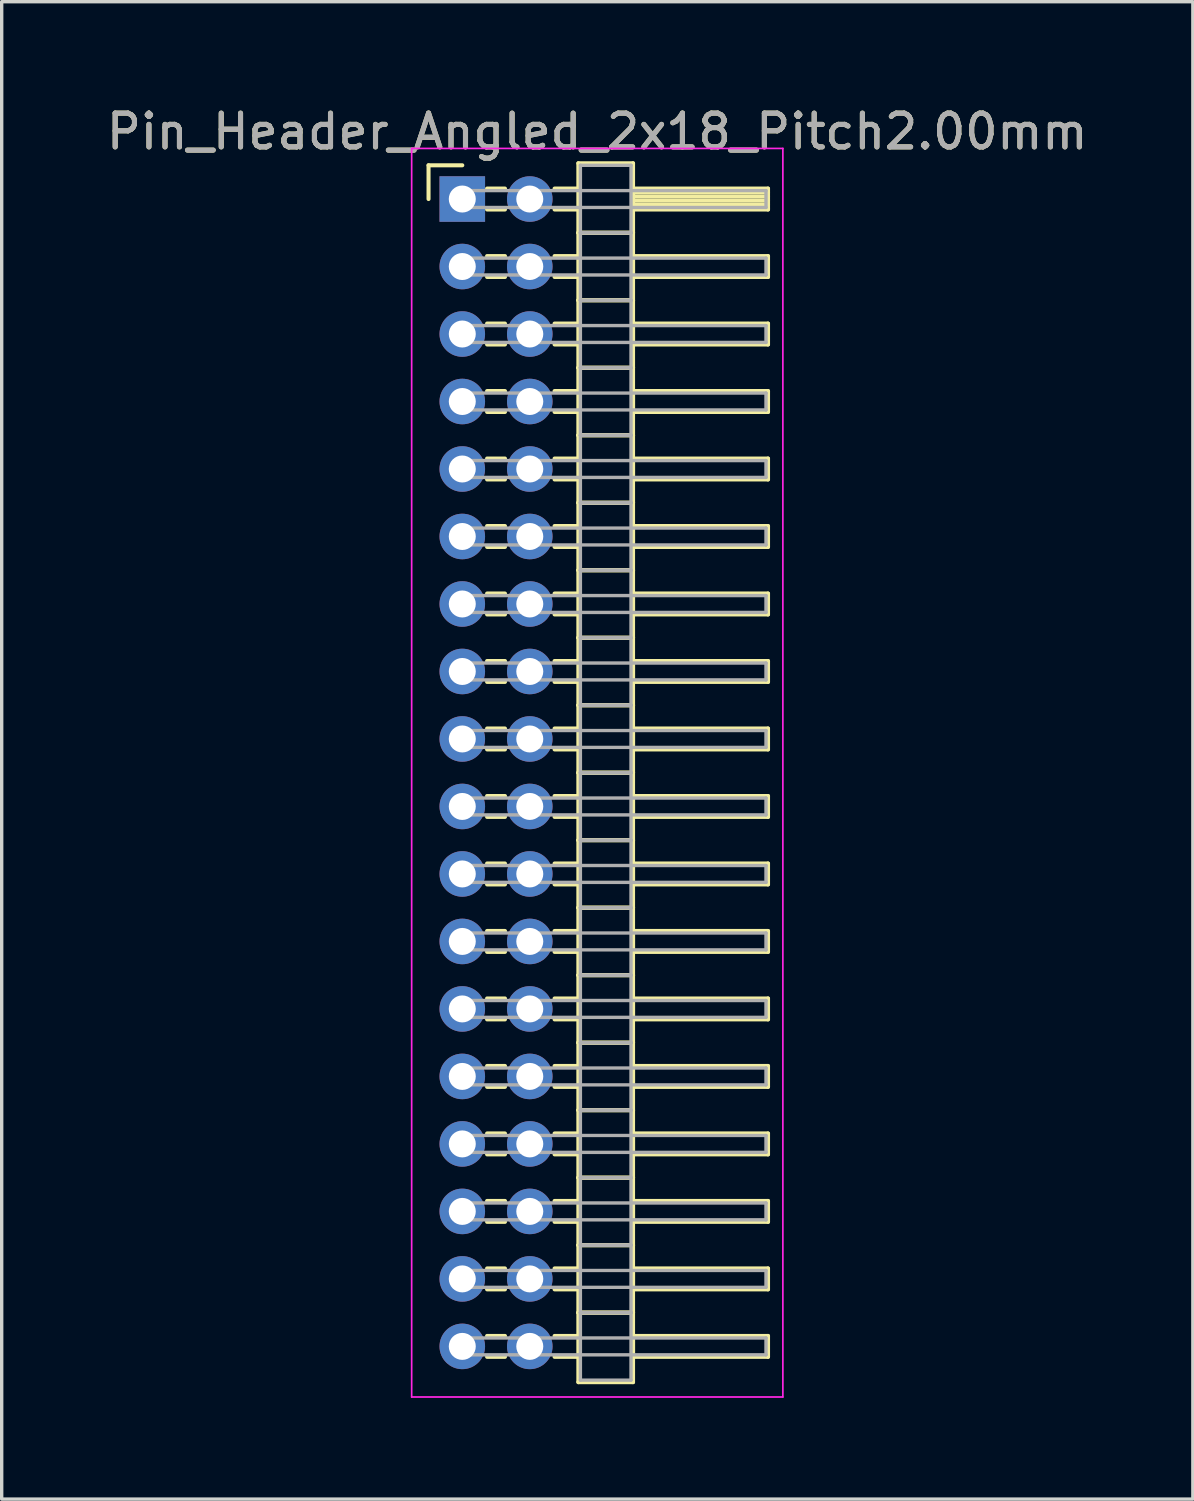
<source format=kicad_pcb>
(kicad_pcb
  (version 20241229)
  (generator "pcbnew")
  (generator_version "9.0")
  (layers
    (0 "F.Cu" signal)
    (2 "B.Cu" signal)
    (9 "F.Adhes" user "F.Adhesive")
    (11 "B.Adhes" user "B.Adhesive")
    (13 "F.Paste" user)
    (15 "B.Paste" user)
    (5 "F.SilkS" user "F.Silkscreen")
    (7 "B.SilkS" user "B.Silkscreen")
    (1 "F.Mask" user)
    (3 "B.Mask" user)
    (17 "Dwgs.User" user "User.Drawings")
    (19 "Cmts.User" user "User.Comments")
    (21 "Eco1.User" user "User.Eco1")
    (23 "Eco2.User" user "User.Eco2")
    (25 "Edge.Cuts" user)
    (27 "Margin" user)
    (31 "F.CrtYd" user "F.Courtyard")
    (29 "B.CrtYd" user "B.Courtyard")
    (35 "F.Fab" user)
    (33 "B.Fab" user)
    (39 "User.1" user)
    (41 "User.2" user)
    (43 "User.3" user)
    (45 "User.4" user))
  (footprint "Pin_Header_Angled_2x18_Pitch2.00mm"
    (layer "F.Cu")
    (at 10.649 2.848)
    (property "Reference" "Pin_Header_Angled_2x18_Pitch2.00mm" (at 4 -2 0) (layer "F.SilkS") (effects (font (size 1 1) (thickness 0.15))))
    (attr through_hole)
    (fp_line (start -1 -1) (end 0 -1) (stroke (width 0.12) (type solid)) (layer "F.SilkS"))
    (fp_line (start -1 0) (end -1 -1) (stroke (width 0.12) (type solid)) (layer "F.SilkS"))
    (fp_line (start 0.735 -0.31) (end 1.265 -0.31) (stroke (width 0.12) (type solid)) (layer "F.SilkS"))
    (fp_line (start 0.735 0.31) (end 1.265 0.31) (stroke (width 0.12) (type solid)) (layer "F.SilkS"))
    (fp_line (start 0.735 1.69) (end 1.265 1.69) (stroke (width 0.12) (type solid)) (layer "F.SilkS"))
    (fp_line (start 0.735 2.31) (end 1.265 2.31) (stroke (width 0.12) (type solid)) (layer "F.SilkS"))
    (fp_line (start 0.735 3.69) (end 1.265 3.69) (stroke (width 0.12) (type solid)) (layer "F.SilkS"))
    (fp_line (start 0.735 4.31) (end 1.265 4.31) (stroke (width 0.12) (type solid)) (layer "F.SilkS"))
    (fp_line (start 0.735 5.69) (end 1.265 5.69) (stroke (width 0.12) (type solid)) (layer "F.SilkS"))
    (fp_line (start 0.735 6.31) (end 1.265 6.31) (stroke (width 0.12) (type solid)) (layer "F.SilkS"))
    (fp_line (start 0.735 7.69) (end 1.265 7.69) (stroke (width 0.12) (type solid)) (layer "F.SilkS"))
    (fp_line (start 0.735 8.31) (end 1.265 8.31) (stroke (width 0.12) (type solid)) (layer "F.SilkS"))
    (fp_line (start 0.735 9.69) (end 1.265 9.69) (stroke (width 0.12) (type solid)) (layer "F.SilkS"))
    (fp_line (start 0.735 10.31) (end 1.265 10.31) (stroke (width 0.12) (type solid)) (layer "F.SilkS"))
    (fp_line (start 0.735 11.69) (end 1.265 11.69) (stroke (width 0.12) (type solid)) (layer "F.SilkS"))
    (fp_line (start 0.735 12.31) (end 1.265 12.31) (stroke (width 0.12) (type solid)) (layer "F.SilkS"))
    (fp_line (start 0.735 13.69) (end 1.265 13.69) (stroke (width 0.12) (type solid)) (layer "F.SilkS"))
    (fp_line (start 0.735 14.31) (end 1.265 14.31) (stroke (width 0.12) (type solid)) (layer "F.SilkS"))
    (fp_line (start 0.735 15.69) (end 1.265 15.69) (stroke (width 0.12) (type solid)) (layer "F.SilkS"))
    (fp_line (start 0.735 16.31) (end 1.265 16.31) (stroke (width 0.12) (type solid)) (layer "F.SilkS"))
    (fp_line (start 0.735 17.69) (end 1.265 17.69) (stroke (width 0.12) (type solid)) (layer "F.SilkS"))
    (fp_line (start 0.735 18.31) (end 1.265 18.31) (stroke (width 0.12) (type solid)) (layer "F.SilkS"))
    (fp_line (start 0.735 19.69) (end 1.265 19.69) (stroke (width 0.12) (type solid)) (layer "F.SilkS"))
    (fp_line (start 0.735 20.31) (end 1.265 20.31) (stroke (width 0.12) (type solid)) (layer "F.SilkS"))
    (fp_line (start 0.735 21.69) (end 1.265 21.69) (stroke (width 0.12) (type solid)) (layer "F.SilkS"))
    (fp_line (start 0.735 22.31) (end 1.265 22.31) (stroke (width 0.12) (type solid)) (layer "F.SilkS"))
    (fp_line (start 0.735 23.69) (end 1.265 23.69) (stroke (width 0.12) (type solid)) (layer "F.SilkS"))
    (fp_line (start 0.735 24.31) (end 1.265 24.31) (stroke (width 0.12) (type solid)) (layer "F.SilkS"))
    (fp_line (start 0.735 25.69) (end 1.265 25.69) (stroke (width 0.12) (type solid)) (layer "F.SilkS"))
    (fp_line (start 0.735 26.31) (end 1.265 26.31) (stroke (width 0.12) (type solid)) (layer "F.SilkS"))
    (fp_line (start 0.735 27.69) (end 1.265 27.69) (stroke (width 0.12) (type solid)) (layer "F.SilkS"))
    (fp_line (start 0.735 28.31) (end 1.265 28.31) (stroke (width 0.12) (type solid)) (layer "F.SilkS"))
    (fp_line (start 0.735 29.69) (end 1.265 29.69) (stroke (width 0.12) (type solid)) (layer "F.SilkS"))
    (fp_line (start 0.735 30.31) (end 1.265 30.31) (stroke (width 0.12) (type solid)) (layer "F.SilkS"))
    (fp_line (start 0.735 31.69) (end 1.265 31.69) (stroke (width 0.12) (type solid)) (layer "F.SilkS"))
    (fp_line (start 0.735 32.31) (end 1.265 32.31) (stroke (width 0.12) (type solid)) (layer "F.SilkS"))
    (fp_line (start 0.735 33.69) (end 1.265 33.69) (stroke (width 0.12) (type solid)) (layer "F.SilkS"))
    (fp_line (start 0.735 34.31) (end 1.265 34.31) (stroke (width 0.12) (type solid)) (layer "F.SilkS"))
    (fp_line (start 2.735 -0.31) (end 3.44 -0.31) (stroke (width 0.12) (type solid)) (layer "F.SilkS"))
    (fp_line (start 2.735 0.31) (end 3.44 0.31) (stroke (width 0.12) (type solid)) (layer "F.SilkS"))
    (fp_line (start 2.735 1.69) (end 3.44 1.69) (stroke (width 0.12) (type solid)) (layer "F.SilkS"))
    (fp_line (start 2.735 2.31) (end 3.44 2.31) (stroke (width 0.12) (type solid)) (layer "F.SilkS"))
    (fp_line (start 2.735 3.69) (end 3.44 3.69) (stroke (width 0.12) (type solid)) (layer "F.SilkS"))
    (fp_line (start 2.735 4.31) (end 3.44 4.31) (stroke (width 0.12) (type solid)) (layer "F.SilkS"))
    (fp_line (start 2.735 5.69) (end 3.44 5.69) (stroke (width 0.12) (type solid)) (layer "F.SilkS"))
    (fp_line (start 2.735 6.31) (end 3.44 6.31) (stroke (width 0.12) (type solid)) (layer "F.SilkS"))
    (fp_line (start 2.735 7.69) (end 3.44 7.69) (stroke (width 0.12) (type solid)) (layer "F.SilkS"))
    (fp_line (start 2.735 8.31) (end 3.44 8.31) (stroke (width 0.12) (type solid)) (layer "F.SilkS"))
    (fp_line (start 2.735 9.69) (end 3.44 9.69) (stroke (width 0.12) (type solid)) (layer "F.SilkS"))
    (fp_line (start 2.735 10.31) (end 3.44 10.31) (stroke (width 0.12) (type solid)) (layer "F.SilkS"))
    (fp_line (start 2.735 11.69) (end 3.44 11.69) (stroke (width 0.12) (type solid)) (layer "F.SilkS"))
    (fp_line (start 2.735 12.31) (end 3.44 12.31) (stroke (width 0.12) (type solid)) (layer "F.SilkS"))
    (fp_line (start 2.735 13.69) (end 3.44 13.69) (stroke (width 0.12) (type solid)) (layer "F.SilkS"))
    (fp_line (start 2.735 14.31) (end 3.44 14.31) (stroke (width 0.12) (type solid)) (layer "F.SilkS"))
    (fp_line (start 2.735 15.69) (end 3.44 15.69) (stroke (width 0.12) (type solid)) (layer "F.SilkS"))
    (fp_line (start 2.735 16.31) (end 3.44 16.31) (stroke (width 0.12) (type solid)) (layer "F.SilkS"))
    (fp_line (start 2.735 17.69) (end 3.44 17.69) (stroke (width 0.12) (type solid)) (layer "F.SilkS"))
    (fp_line (start 2.735 18.31) (end 3.44 18.31) (stroke (width 0.12) (type solid)) (layer "F.SilkS"))
    (fp_line (start 2.735 19.69) (end 3.44 19.69) (stroke (width 0.12) (type solid)) (layer "F.SilkS"))
    (fp_line (start 2.735 20.31) (end 3.44 20.31) (stroke (width 0.12) (type solid)) (layer "F.SilkS"))
    (fp_line (start 2.735 21.69) (end 3.44 21.69) (stroke (width 0.12) (type solid)) (layer "F.SilkS"))
    (fp_line (start 2.735 22.31) (end 3.44 22.31) (stroke (width 0.12) (type solid)) (layer "F.SilkS"))
    (fp_line (start 2.735 23.69) (end 3.44 23.69) (stroke (width 0.12) (type solid)) (layer "F.SilkS"))
    (fp_line (start 2.735 24.31) (end 3.44 24.31) (stroke (width 0.12) (type solid)) (layer "F.SilkS"))
    (fp_line (start 2.735 25.69) (end 3.44 25.69) (stroke (width 0.12) (type solid)) (layer "F.SilkS"))
    (fp_line (start 2.735 26.31) (end 3.44 26.31) (stroke (width 0.12) (type solid)) (layer "F.SilkS"))
    (fp_line (start 2.735 27.69) (end 3.44 27.69) (stroke (width 0.12) (type solid)) (layer "F.SilkS"))
    (fp_line (start 2.735 28.31) (end 3.44 28.31) (stroke (width 0.12) (type solid)) (layer "F.SilkS"))
    (fp_line (start 2.735 29.69) (end 3.44 29.69) (stroke (width 0.12) (type solid)) (layer "F.SilkS"))
    (fp_line (start 2.735 30.31) (end 3.44 30.31) (stroke (width 0.12) (type solid)) (layer "F.SilkS"))
    (fp_line (start 2.735 31.69) (end 3.44 31.69) (stroke (width 0.12) (type solid)) (layer "F.SilkS"))
    (fp_line (start 2.735 32.31) (end 3.44 32.31) (stroke (width 0.12) (type solid)) (layer "F.SilkS"))
    (fp_line (start 2.735 33.69) (end 3.44 33.69) (stroke (width 0.12) (type solid)) (layer "F.SilkS"))
    (fp_line (start 2.735 34.31) (end 3.44 34.31) (stroke (width 0.12) (type solid)) (layer "F.SilkS"))
    (fp_line (start 3.44 -1.06) (end 3.44 1) (stroke (width 0.12) (type solid)) (layer "F.SilkS"))
    (fp_line (start 3.44 1) (end 3.44 3) (stroke (width 0.12) (type solid)) (layer "F.SilkS"))
    (fp_line (start 3.44 1) (end 5.06 1) (stroke (width 0.12) (type solid)) (layer "F.SilkS"))
    (fp_line (start 3.44 3) (end 3.44 5) (stroke (width 0.12) (type solid)) (layer "F.SilkS"))
    (fp_line (start 3.44 3) (end 5.06 3) (stroke (width 0.12) (type solid)) (layer "F.SilkS"))
    (fp_line (start 3.44 5) (end 3.44 7) (stroke (width 0.12) (type solid)) (layer "F.SilkS"))
    (fp_line (start 3.44 5) (end 5.06 5) (stroke (width 0.12) (type solid)) (layer "F.SilkS"))
    (fp_line (start 3.44 7) (end 3.44 9) (stroke (width 0.12) (type solid)) (layer "F.SilkS"))
    (fp_line (start 3.44 7) (end 5.06 7) (stroke (width 0.12) (type solid)) (layer "F.SilkS"))
    (fp_line (start 3.44 9) (end 3.44 11) (stroke (width 0.12) (type solid)) (layer "F.SilkS"))
    (fp_line (start 3.44 9) (end 5.06 9) (stroke (width 0.12) (type solid)) (layer "F.SilkS"))
    (fp_line (start 3.44 11) (end 3.44 13) (stroke (width 0.12) (type solid)) (layer "F.SilkS"))
    (fp_line (start 3.44 11) (end 5.06 11) (stroke (width 0.12) (type solid)) (layer "F.SilkS"))
    (fp_line (start 3.44 13) (end 3.44 15) (stroke (width 0.12) (type solid)) (layer "F.SilkS"))
    (fp_line (start 3.44 13) (end 5.06 13) (stroke (width 0.12) (type solid)) (layer "F.SilkS"))
    (fp_line (start 3.44 15) (end 3.44 17) (stroke (width 0.12) (type solid)) (layer "F.SilkS"))
    (fp_line (start 3.44 15) (end 5.06 15) (stroke (width 0.12) (type solid)) (layer "F.SilkS"))
    (fp_line (start 3.44 17) (end 3.44 19) (stroke (width 0.12) (type solid)) (layer "F.SilkS"))
    (fp_line (start 3.44 17) (end 5.06 17) (stroke (width 0.12) (type solid)) (layer "F.SilkS"))
    (fp_line (start 3.44 19) (end 3.44 21) (stroke (width 0.12) (type solid)) (layer "F.SilkS"))
    (fp_line (start 3.44 19) (end 5.06 19) (stroke (width 0.12) (type solid)) (layer "F.SilkS"))
    (fp_line (start 3.44 21) (end 3.44 23) (stroke (width 0.12) (type solid)) (layer "F.SilkS"))
    (fp_line (start 3.44 21) (end 5.06 21) (stroke (width 0.12) (type solid)) (layer "F.SilkS"))
    (fp_line (start 3.44 23) (end 3.44 25) (stroke (width 0.12) (type solid)) (layer "F.SilkS"))
    (fp_line (start 3.44 23) (end 5.06 23) (stroke (width 0.12) (type solid)) (layer "F.SilkS"))
    (fp_line (start 3.44 25) (end 3.44 27) (stroke (width 0.12) (type solid)) (layer "F.SilkS"))
    (fp_line (start 3.44 25) (end 5.06 25) (stroke (width 0.12) (type solid)) (layer "F.SilkS"))
    (fp_line (start 3.44 27) (end 3.44 29) (stroke (width 0.12) (type solid)) (layer "F.SilkS"))
    (fp_line (start 3.44 27) (end 5.06 27) (stroke (width 0.12) (type solid)) (layer "F.SilkS"))
    (fp_line (start 3.44 29) (end 3.44 31) (stroke (width 0.12) (type solid)) (layer "F.SilkS"))
    (fp_line (start 3.44 29) (end 5.06 29) (stroke (width 0.12) (type solid)) (layer "F.SilkS"))
    (fp_line (start 3.44 31) (end 3.44 33) (stroke (width 0.12) (type solid)) (layer "F.SilkS"))
    (fp_line (start 3.44 31) (end 5.06 31) (stroke (width 0.12) (type solid)) (layer "F.SilkS"))
    (fp_line (start 3.44 33) (end 3.44 35.06) (stroke (width 0.12) (type solid)) (layer "F.SilkS"))
    (fp_line (start 3.44 33) (end 5.06 33) (stroke (width 0.12) (type solid)) (layer "F.SilkS"))
    (fp_line (start 3.44 35.06) (end 5.06 35.06) (stroke (width 0.12) (type solid)) (layer "F.SilkS"))
    (fp_line (start 5.06 -1.06) (end 3.44 -1.06) (stroke (width 0.12) (type solid)) (layer "F.SilkS"))
    (fp_line (start 5.06 -0.31) (end 5.06 0.31) (stroke (width 0.12) (type solid)) (layer "F.SilkS"))
    (fp_line (start 5.06 -0.19) (end 9.06 -0.19) (stroke (width 0.12) (type solid)) (layer "F.SilkS"))
    (fp_line (start 5.06 -0.07) (end 9.06 -0.07) (stroke (width 0.12) (type solid)) (layer "F.SilkS"))
    (fp_line (start 5.06 0.05) (end 9.06 0.05) (stroke (width 0.12) (type solid)) (layer "F.SilkS"))
    (fp_line (start 5.06 0.17) (end 9.06 0.17) (stroke (width 0.12) (type solid)) (layer "F.SilkS"))
    (fp_line (start 5.06 0.29) (end 9.06 0.29) (stroke (width 0.12) (type solid)) (layer "F.SilkS"))
    (fp_line (start 5.06 0.31) (end 9.06 0.31) (stroke (width 0.12) (type solid)) (layer "F.SilkS"))
    (fp_line (start 5.06 1) (end 3.44 1) (stroke (width 0.12) (type solid)) (layer "F.SilkS"))
    (fp_line (start 5.06 1) (end 5.06 -1.06) (stroke (width 0.12) (type solid)) (layer "F.SilkS"))
    (fp_line (start 5.06 1.69) (end 5.06 2.31) (stroke (width 0.12) (type solid)) (layer "F.SilkS"))
    (fp_line (start 5.06 2.31) (end 9.06 2.31) (stroke (width 0.12) (type solid)) (layer "F.SilkS"))
    (fp_line (start 5.06 3) (end 3.44 3) (stroke (width 0.12) (type solid)) (layer "F.SilkS"))
    (fp_line (start 5.06 3) (end 5.06 1) (stroke (width 0.12) (type solid)) (layer "F.SilkS"))
    (fp_line (start 5.06 3.69) (end 5.06 4.31) (stroke (width 0.12) (type solid)) (layer "F.SilkS"))
    (fp_line (start 5.06 4.31) (end 9.06 4.31) (stroke (width 0.12) (type solid)) (layer "F.SilkS"))
    (fp_line (start 5.06 5) (end 3.44 5) (stroke (width 0.12) (type solid)) (layer "F.SilkS"))
    (fp_line (start 5.06 5) (end 5.06 3) (stroke (width 0.12) (type solid)) (layer "F.SilkS"))
    (fp_line (start 5.06 5.69) (end 5.06 6.31) (stroke (width 0.12) (type solid)) (layer "F.SilkS"))
    (fp_line (start 5.06 6.31) (end 9.06 6.31) (stroke (width 0.12) (type solid)) (layer "F.SilkS"))
    (fp_line (start 5.06 7) (end 3.44 7) (stroke (width 0.12) (type solid)) (layer "F.SilkS"))
    (fp_line (start 5.06 7) (end 5.06 5) (stroke (width 0.12) (type solid)) (layer "F.SilkS"))
    (fp_line (start 5.06 7.69) (end 5.06 8.31) (stroke (width 0.12) (type solid)) (layer "F.SilkS"))
    (fp_line (start 5.06 8.31) (end 9.06 8.31) (stroke (width 0.12) (type solid)) (layer "F.SilkS"))
    (fp_line (start 5.06 9) (end 3.44 9) (stroke (width 0.12) (type solid)) (layer "F.SilkS"))
    (fp_line (start 5.06 9) (end 5.06 7) (stroke (width 0.12) (type solid)) (layer "F.SilkS"))
    (fp_line (start 5.06 9.69) (end 5.06 10.31) (stroke (width 0.12) (type solid)) (layer "F.SilkS"))
    (fp_line (start 5.06 10.31) (end 9.06 10.31) (stroke (width 0.12) (type solid)) (layer "F.SilkS"))
    (fp_line (start 5.06 11) (end 3.44 11) (stroke (width 0.12) (type solid)) (layer "F.SilkS"))
    (fp_line (start 5.06 11) (end 5.06 9) (stroke (width 0.12) (type solid)) (layer "F.SilkS"))
    (fp_line (start 5.06 11.69) (end 5.06 12.31) (stroke (width 0.12) (type solid)) (layer "F.SilkS"))
    (fp_line (start 5.06 12.31) (end 9.06 12.31) (stroke (width 0.12) (type solid)) (layer "F.SilkS"))
    (fp_line (start 5.06 13) (end 3.44 13) (stroke (width 0.12) (type solid)) (layer "F.SilkS"))
    (fp_line (start 5.06 13) (end 5.06 11) (stroke (width 0.12) (type solid)) (layer "F.SilkS"))
    (fp_line (start 5.06 13.69) (end 5.06 14.31) (stroke (width 0.12) (type solid)) (layer "F.SilkS"))
    (fp_line (start 5.06 14.31) (end 9.06 14.31) (stroke (width 0.12) (type solid)) (layer "F.SilkS"))
    (fp_line (start 5.06 15) (end 3.44 15) (stroke (width 0.12) (type solid)) (layer "F.SilkS"))
    (fp_line (start 5.06 15) (end 5.06 13) (stroke (width 0.12) (type solid)) (layer "F.SilkS"))
    (fp_line (start 5.06 15.69) (end 5.06 16.31) (stroke (width 0.12) (type solid)) (layer "F.SilkS"))
    (fp_line (start 5.06 16.31) (end 9.06 16.31) (stroke (width 0.12) (type solid)) (layer "F.SilkS"))
    (fp_line (start 5.06 17) (end 3.44 17) (stroke (width 0.12) (type solid)) (layer "F.SilkS"))
    (fp_line (start 5.06 17) (end 5.06 15) (stroke (width 0.12) (type solid)) (layer "F.SilkS"))
    (fp_line (start 5.06 17.69) (end 5.06 18.31) (stroke (width 0.12) (type solid)) (layer "F.SilkS"))
    (fp_line (start 5.06 18.31) (end 9.06 18.31) (stroke (width 0.12) (type solid)) (layer "F.SilkS"))
    (fp_line (start 5.06 19) (end 3.44 19) (stroke (width 0.12) (type solid)) (layer "F.SilkS"))
    (fp_line (start 5.06 19) (end 5.06 17) (stroke (width 0.12) (type solid)) (layer "F.SilkS"))
    (fp_line (start 5.06 19.69) (end 5.06 20.31) (stroke (width 0.12) (type solid)) (layer "F.SilkS"))
    (fp_line (start 5.06 20.31) (end 9.06 20.31) (stroke (width 0.12) (type solid)) (layer "F.SilkS"))
    (fp_line (start 5.06 21) (end 3.44 21) (stroke (width 0.12) (type solid)) (layer "F.SilkS"))
    (fp_line (start 5.06 21) (end 5.06 19) (stroke (width 0.12) (type solid)) (layer "F.SilkS"))
    (fp_line (start 5.06 21.69) (end 5.06 22.31) (stroke (width 0.12) (type solid)) (layer "F.SilkS"))
    (fp_line (start 5.06 22.31) (end 9.06 22.31) (stroke (width 0.12) (type solid)) (layer "F.SilkS"))
    (fp_line (start 5.06 23) (end 3.44 23) (stroke (width 0.12) (type solid)) (layer "F.SilkS"))
    (fp_line (start 5.06 23) (end 5.06 21) (stroke (width 0.12) (type solid)) (layer "F.SilkS"))
    (fp_line (start 5.06 23.69) (end 5.06 24.31) (stroke (width 0.12) (type solid)) (layer "F.SilkS"))
    (fp_line (start 5.06 24.31) (end 9.06 24.31) (stroke (width 0.12) (type solid)) (layer "F.SilkS"))
    (fp_line (start 5.06 25) (end 3.44 25) (stroke (width 0.12) (type solid)) (layer "F.SilkS"))
    (fp_line (start 5.06 25) (end 5.06 23) (stroke (width 0.12) (type solid)) (layer "F.SilkS"))
    (fp_line (start 5.06 25.69) (end 5.06 26.31) (stroke (width 0.12) (type solid)) (layer "F.SilkS"))
    (fp_line (start 5.06 26.31) (end 9.06 26.31) (stroke (width 0.12) (type solid)) (layer "F.SilkS"))
    (fp_line (start 5.06 27) (end 3.44 27) (stroke (width 0.12) (type solid)) (layer "F.SilkS"))
    (fp_line (start 5.06 27) (end 5.06 25) (stroke (width 0.12) (type solid)) (layer "F.SilkS"))
    (fp_line (start 5.06 27.69) (end 5.06 28.31) (stroke (width 0.12) (type solid)) (layer "F.SilkS"))
    (fp_line (start 5.06 28.31) (end 9.06 28.31) (stroke (width 0.12) (type solid)) (layer "F.SilkS"))
    (fp_line (start 5.06 29) (end 3.44 29) (stroke (width 0.12) (type solid)) (layer "F.SilkS"))
    (fp_line (start 5.06 29) (end 5.06 27) (stroke (width 0.12) (type solid)) (layer "F.SilkS"))
    (fp_line (start 5.06 29.69) (end 5.06 30.31) (stroke (width 0.12) (type solid)) (layer "F.SilkS"))
    (fp_line (start 5.06 30.31) (end 9.06 30.31) (stroke (width 0.12) (type solid)) (layer "F.SilkS"))
    (fp_line (start 5.06 31) (end 3.44 31) (stroke (width 0.12) (type solid)) (layer "F.SilkS"))
    (fp_line (start 5.06 31) (end 5.06 29) (stroke (width 0.12) (type solid)) (layer "F.SilkS"))
    (fp_line (start 5.06 31.69) (end 5.06 32.31) (stroke (width 0.12) (type solid)) (layer "F.SilkS"))
    (fp_line (start 5.06 32.31) (end 9.06 32.31) (stroke (width 0.12) (type solid)) (layer "F.SilkS"))
    (fp_line (start 5.06 33) (end 3.44 33) (stroke (width 0.12) (type solid)) (layer "F.SilkS"))
    (fp_line (start 5.06 33) (end 5.06 31) (stroke (width 0.12) (type solid)) (layer "F.SilkS"))
    (fp_line (start 5.06 33.69) (end 5.06 34.31) (stroke (width 0.12) (type solid)) (layer "F.SilkS"))
    (fp_line (start 5.06 34.31) (end 9.06 34.31) (stroke (width 0.12) (type solid)) (layer "F.SilkS"))
    (fp_line (start 5.06 35.06) (end 5.06 33) (stroke (width 0.12) (type solid)) (layer "F.SilkS"))
    (fp_line (start 9.06 -0.31) (end 5.06 -0.31) (stroke (width 0.12) (type solid)) (layer "F.SilkS"))
    (fp_line (start 9.06 0.31) (end 9.06 -0.31) (stroke (width 0.12) (type solid)) (layer "F.SilkS"))
    (fp_line (start 9.06 1.69) (end 5.06 1.69) (stroke (width 0.12) (type solid)) (layer "F.SilkS"))
    (fp_line (start 9.06 2.31) (end 9.06 1.69) (stroke (width 0.12) (type solid)) (layer "F.SilkS"))
    (fp_line (start 9.06 3.69) (end 5.06 3.69) (stroke (width 0.12) (type solid)) (layer "F.SilkS"))
    (fp_line (start 9.06 4.31) (end 9.06 3.69) (stroke (width 0.12) (type solid)) (layer "F.SilkS"))
    (fp_line (start 9.06 5.69) (end 5.06 5.69) (stroke (width 0.12) (type solid)) (layer "F.SilkS"))
    (fp_line (start 9.06 6.31) (end 9.06 5.69) (stroke (width 0.12) (type solid)) (layer "F.SilkS"))
    (fp_line (start 9.06 7.69) (end 5.06 7.69) (stroke (width 0.12) (type solid)) (layer "F.SilkS"))
    (fp_line (start 9.06 8.31) (end 9.06 7.69) (stroke (width 0.12) (type solid)) (layer "F.SilkS"))
    (fp_line (start 9.06 9.69) (end 5.06 9.69) (stroke (width 0.12) (type solid)) (layer "F.SilkS"))
    (fp_line (start 9.06 10.31) (end 9.06 9.69) (stroke (width 0.12) (type solid)) (layer "F.SilkS"))
    (fp_line (start 9.06 11.69) (end 5.06 11.69) (stroke (width 0.12) (type solid)) (layer "F.SilkS"))
    (fp_line (start 9.06 12.31) (end 9.06 11.69) (stroke (width 0.12) (type solid)) (layer "F.SilkS"))
    (fp_line (start 9.06 13.69) (end 5.06 13.69) (stroke (width 0.12) (type solid)) (layer "F.SilkS"))
    (fp_line (start 9.06 14.31) (end 9.06 13.69) (stroke (width 0.12) (type solid)) (layer "F.SilkS"))
    (fp_line (start 9.06 15.69) (end 5.06 15.69) (stroke (width 0.12) (type solid)) (layer "F.SilkS"))
    (fp_line (start 9.06 16.31) (end 9.06 15.69) (stroke (width 0.12) (type solid)) (layer "F.SilkS"))
    (fp_line (start 9.06 17.69) (end 5.06 17.69) (stroke (width 0.12) (type solid)) (layer "F.SilkS"))
    (fp_line (start 9.06 18.31) (end 9.06 17.69) (stroke (width 0.12) (type solid)) (layer "F.SilkS"))
    (fp_line (start 9.06 19.69) (end 5.06 19.69) (stroke (width 0.12) (type solid)) (layer "F.SilkS"))
    (fp_line (start 9.06 20.31) (end 9.06 19.69) (stroke (width 0.12) (type solid)) (layer "F.SilkS"))
    (fp_line (start 9.06 21.69) (end 5.06 21.69) (stroke (width 0.12) (type solid)) (layer "F.SilkS"))
    (fp_line (start 9.06 22.31) (end 9.06 21.69) (stroke (width 0.12) (type solid)) (layer "F.SilkS"))
    (fp_line (start 9.06 23.69) (end 5.06 23.69) (stroke (width 0.12) (type solid)) (layer "F.SilkS"))
    (fp_line (start 9.06 24.31) (end 9.06 23.69) (stroke (width 0.12) (type solid)) (layer "F.SilkS"))
    (fp_line (start 9.06 25.69) (end 5.06 25.69) (stroke (width 0.12) (type solid)) (layer "F.SilkS"))
    (fp_line (start 9.06 26.31) (end 9.06 25.69) (stroke (width 0.12) (type solid)) (layer "F.SilkS"))
    (fp_line (start 9.06 27.69) (end 5.06 27.69) (stroke (width 0.12) (type solid)) (layer "F.SilkS"))
    (fp_line (start 9.06 28.31) (end 9.06 27.69) (stroke (width 0.12) (type solid)) (layer "F.SilkS"))
    (fp_line (start 9.06 29.69) (end 5.06 29.69) (stroke (width 0.12) (type solid)) (layer "F.SilkS"))
    (fp_line (start 9.06 30.31) (end 9.06 29.69) (stroke (width 0.12) (type solid)) (layer "F.SilkS"))
    (fp_line (start 9.06 31.69) (end 5.06 31.69) (stroke (width 0.12) (type solid)) (layer "F.SilkS"))
    (fp_line (start 9.06 32.31) (end 9.06 31.69) (stroke (width 0.12) (type solid)) (layer "F.SilkS"))
    (fp_line (start 9.06 33.69) (end 5.06 33.69) (stroke (width 0.12) (type solid)) (layer "F.SilkS"))
    (fp_line (start 9.06 34.31) (end 9.06 33.69) (stroke (width 0.12) (type solid)) (layer "F.SilkS"))
    (fp_line (start -1.5 -1.5) (end -1.5 35.5) (stroke (width 0.05) (type solid)) (layer "F.CrtYd"))
    (fp_line (start -1.5 35.5) (end 9.5 35.5) (stroke (width 0.05) (type solid)) (layer "F.CrtYd"))
    (fp_line (start 9.5 -1.5) (end -1.5 -1.5) (stroke (width 0.05) (type solid)) (layer "F.CrtYd"))
    (fp_line (start 9.5 35.5) (end 9.5 -1.5) (stroke (width 0.05) (type solid)) (layer "F.CrtYd"))
    (fp_line (start 0 -0.25) (end 0 0.25) (stroke (width 0.1) (type solid)) (layer "F.Fab"))
    (fp_line (start 0 0.25) (end 9 0.25) (stroke (width 0.1) (type solid)) (layer "F.Fab"))
    (fp_line (start 0 1.75) (end 0 2.25) (stroke (width 0.1) (type solid)) (layer "F.Fab"))
    (fp_line (start 0 2.25) (end 9 2.25) (stroke (width 0.1) (type solid)) (layer "F.Fab"))
    (fp_line (start 0 3.75) (end 0 4.25) (stroke (width 0.1) (type solid)) (layer "F.Fab"))
    (fp_line (start 0 4.25) (end 9 4.25) (stroke (width 0.1) (type solid)) (layer "F.Fab"))
    (fp_line (start 0 5.75) (end 0 6.25) (stroke (width 0.1) (type solid)) (layer "F.Fab"))
    (fp_line (start 0 6.25) (end 9 6.25) (stroke (width 0.1) (type solid)) (layer "F.Fab"))
    (fp_line (start 0 7.75) (end 0 8.25) (stroke (width 0.1) (type solid)) (layer "F.Fab"))
    (fp_line (start 0 8.25) (end 9 8.25) (stroke (width 0.1) (type solid)) (layer "F.Fab"))
    (fp_line (start 0 9.75) (end 0 10.25) (stroke (width 0.1) (type solid)) (layer "F.Fab"))
    (fp_line (start 0 10.25) (end 9 10.25) (stroke (width 0.1) (type solid)) (layer "F.Fab"))
    (fp_line (start 0 11.75) (end 0 12.25) (stroke (width 0.1) (type solid)) (layer "F.Fab"))
    (fp_line (start 0 12.25) (end 9 12.25) (stroke (width 0.1) (type solid)) (layer "F.Fab"))
    (fp_line (start 0 13.75) (end 0 14.25) (stroke (width 0.1) (type solid)) (layer "F.Fab"))
    (fp_line (start 0 14.25) (end 9 14.25) (stroke (width 0.1) (type solid)) (layer "F.Fab"))
    (fp_line (start 0 15.75) (end 0 16.25) (stroke (width 0.1) (type solid)) (layer "F.Fab"))
    (fp_line (start 0 16.25) (end 9 16.25) (stroke (width 0.1) (type solid)) (layer "F.Fab"))
    (fp_line (start 0 17.75) (end 0 18.25) (stroke (width 0.1) (type solid)) (layer "F.Fab"))
    (fp_line (start 0 18.25) (end 9 18.25) (stroke (width 0.1) (type solid)) (layer "F.Fab"))
    (fp_line (start 0 19.75) (end 0 20.25) (stroke (width 0.1) (type solid)) (layer "F.Fab"))
    (fp_line (start 0 20.25) (end 9 20.25) (stroke (width 0.1) (type solid)) (layer "F.Fab"))
    (fp_line (start 0 21.75) (end 0 22.25) (stroke (width 0.1) (type solid)) (layer "F.Fab"))
    (fp_line (start 0 22.25) (end 9 22.25) (stroke (width 0.1) (type solid)) (layer "F.Fab"))
    (fp_line (start 0 23.75) (end 0 24.25) (stroke (width 0.1) (type solid)) (layer "F.Fab"))
    (fp_line (start 0 24.25) (end 9 24.25) (stroke (width 0.1) (type solid)) (layer "F.Fab"))
    (fp_line (start 0 25.75) (end 0 26.25) (stroke (width 0.1) (type solid)) (layer "F.Fab"))
    (fp_line (start 0 26.25) (end 9 26.25) (stroke (width 0.1) (type solid)) (layer "F.Fab"))
    (fp_line (start 0 27.75) (end 0 28.25) (stroke (width 0.1) (type solid)) (layer "F.Fab"))
    (fp_line (start 0 28.25) (end 9 28.25) (stroke (width 0.1) (type solid)) (layer "F.Fab"))
    (fp_line (start 0 29.75) (end 0 30.25) (stroke (width 0.1) (type solid)) (layer "F.Fab"))
    (fp_line (start 0 30.25) (end 9 30.25) (stroke (width 0.1) (type solid)) (layer "F.Fab"))
    (fp_line (start 0 31.75) (end 0 32.25) (stroke (width 0.1) (type solid)) (layer "F.Fab"))
    (fp_line (start 0 32.25) (end 9 32.25) (stroke (width 0.1) (type solid)) (layer "F.Fab"))
    (fp_line (start 0 33.75) (end 0 34.25) (stroke (width 0.1) (type solid)) (layer "F.Fab"))
    (fp_line (start 0 34.25) (end 9 34.25) (stroke (width 0.1) (type solid)) (layer "F.Fab"))
    (fp_line (start 3.5 -1) (end 3.5 1) (stroke (width 0.1) (type solid)) (layer "F.Fab"))
    (fp_line (start 3.5 1) (end 3.5 3) (stroke (width 0.1) (type solid)) (layer "F.Fab"))
    (fp_line (start 3.5 1) (end 5 1) (stroke (width 0.1) (type solid)) (layer "F.Fab"))
    (fp_line (start 3.5 3) (end 3.5 5) (stroke (width 0.1) (type solid)) (layer "F.Fab"))
    (fp_line (start 3.5 3) (end 5 3) (stroke (width 0.1) (type solid)) (layer "F.Fab"))
    (fp_line (start 3.5 5) (end 3.5 7) (stroke (width 0.1) (type solid)) (layer "F.Fab"))
    (fp_line (start 3.5 5) (end 5 5) (stroke (width 0.1) (type solid)) (layer "F.Fab"))
    (fp_line (start 3.5 7) (end 3.5 9) (stroke (width 0.1) (type solid)) (layer "F.Fab"))
    (fp_line (start 3.5 7) (end 5 7) (stroke (width 0.1) (type solid)) (layer "F.Fab"))
    (fp_line (start 3.5 9) (end 3.5 11) (stroke (width 0.1) (type solid)) (layer "F.Fab"))
    (fp_line (start 3.5 9) (end 5 9) (stroke (width 0.1) (type solid)) (layer "F.Fab"))
    (fp_line (start 3.5 11) (end 3.5 13) (stroke (width 0.1) (type solid)) (layer "F.Fab"))
    (fp_line (start 3.5 11) (end 5 11) (stroke (width 0.1) (type solid)) (layer "F.Fab"))
    (fp_line (start 3.5 13) (end 3.5 15) (stroke (width 0.1) (type solid)) (layer "F.Fab"))
    (fp_line (start 3.5 13) (end 5 13) (stroke (width 0.1) (type solid)) (layer "F.Fab"))
    (fp_line (start 3.5 15) (end 3.5 17) (stroke (width 0.1) (type solid)) (layer "F.Fab"))
    (fp_line (start 3.5 15) (end 5 15) (stroke (width 0.1) (type solid)) (layer "F.Fab"))
    (fp_line (start 3.5 17) (end 3.5 19) (stroke (width 0.1) (type solid)) (layer "F.Fab"))
    (fp_line (start 3.5 17) (end 5 17) (stroke (width 0.1) (type solid)) (layer "F.Fab"))
    (fp_line (start 3.5 19) (end 3.5 21) (stroke (width 0.1) (type solid)) (layer "F.Fab"))
    (fp_line (start 3.5 19) (end 5 19) (stroke (width 0.1) (type solid)) (layer "F.Fab"))
    (fp_line (start 3.5 21) (end 3.5 23) (stroke (width 0.1) (type solid)) (layer "F.Fab"))
    (fp_line (start 3.5 21) (end 5 21) (stroke (width 0.1) (type solid)) (layer "F.Fab"))
    (fp_line (start 3.5 23) (end 3.5 25) (stroke (width 0.1) (type solid)) (layer "F.Fab"))
    (fp_line (start 3.5 23) (end 5 23) (stroke (width 0.1) (type solid)) (layer "F.Fab"))
    (fp_line (start 3.5 25) (end 3.5 27) (stroke (width 0.1) (type solid)) (layer "F.Fab"))
    (fp_line (start 3.5 25) (end 5 25) (stroke (width 0.1) (type solid)) (layer "F.Fab"))
    (fp_line (start 3.5 27) (end 3.5 29) (stroke (width 0.1) (type solid)) (layer "F.Fab"))
    (fp_line (start 3.5 27) (end 5 27) (stroke (width 0.1) (type solid)) (layer "F.Fab"))
    (fp_line (start 3.5 29) (end 3.5 31) (stroke (width 0.1) (type solid)) (layer "F.Fab"))
    (fp_line (start 3.5 29) (end 5 29) (stroke (width 0.1) (type solid)) (layer "F.Fab"))
    (fp_line (start 3.5 31) (end 3.5 33) (stroke (width 0.1) (type solid)) (layer "F.Fab"))
    (fp_line (start 3.5 31) (end 5 31) (stroke (width 0.1) (type solid)) (layer "F.Fab"))
    (fp_line (start 3.5 33) (end 3.5 35) (stroke (width 0.1) (type solid)) (layer "F.Fab"))
    (fp_line (start 3.5 33) (end 5 33) (stroke (width 0.1) (type solid)) (layer "F.Fab"))
    (fp_line (start 3.5 35) (end 5 35) (stroke (width 0.1) (type solid)) (layer "F.Fab"))
    (fp_line (start 5 -1) (end 3.5 -1) (stroke (width 0.1) (type solid)) (layer "F.Fab"))
    (fp_line (start 5 1) (end 3.5 1) (stroke (width 0.1) (type solid)) (layer "F.Fab"))
    (fp_line (start 5 1) (end 5 -1) (stroke (width 0.1) (type solid)) (layer "F.Fab"))
    (fp_line (start 5 3) (end 3.5 3) (stroke (width 0.1) (type solid)) (layer "F.Fab"))
    (fp_line (start 5 3) (end 5 1) (stroke (width 0.1) (type solid)) (layer "F.Fab"))
    (fp_line (start 5 5) (end 3.5 5) (stroke (width 0.1) (type solid)) (layer "F.Fab"))
    (fp_line (start 5 5) (end 5 3) (stroke (width 0.1) (type solid)) (layer "F.Fab"))
    (fp_line (start 5 7) (end 3.5 7) (stroke (width 0.1) (type solid)) (layer "F.Fab"))
    (fp_line (start 5 7) (end 5 5) (stroke (width 0.1) (type solid)) (layer "F.Fab"))
    (fp_line (start 5 9) (end 3.5 9) (stroke (width 0.1) (type solid)) (layer "F.Fab"))
    (fp_line (start 5 9) (end 5 7) (stroke (width 0.1) (type solid)) (layer "F.Fab"))
    (fp_line (start 5 11) (end 3.5 11) (stroke (width 0.1) (type solid)) (layer "F.Fab"))
    (fp_line (start 5 11) (end 5 9) (stroke (width 0.1) (type solid)) (layer "F.Fab"))
    (fp_line (start 5 13) (end 3.5 13) (stroke (width 0.1) (type solid)) (layer "F.Fab"))
    (fp_line (start 5 13) (end 5 11) (stroke (width 0.1) (type solid)) (layer "F.Fab"))
    (fp_line (start 5 15) (end 3.5 15) (stroke (width 0.1) (type solid)) (layer "F.Fab"))
    (fp_line (start 5 15) (end 5 13) (stroke (width 0.1) (type solid)) (layer "F.Fab"))
    (fp_line (start 5 17) (end 3.5 17) (stroke (width 0.1) (type solid)) (layer "F.Fab"))
    (fp_line (start 5 17) (end 5 15) (stroke (width 0.1) (type solid)) (layer "F.Fab"))
    (fp_line (start 5 19) (end 3.5 19) (stroke (width 0.1) (type solid)) (layer "F.Fab"))
    (fp_line (start 5 19) (end 5 17) (stroke (width 0.1) (type solid)) (layer "F.Fab"))
    (fp_line (start 5 21) (end 3.5 21) (stroke (width 0.1) (type solid)) (layer "F.Fab"))
    (fp_line (start 5 21) (end 5 19) (stroke (width 0.1) (type solid)) (layer "F.Fab"))
    (fp_line (start 5 23) (end 3.5 23) (stroke (width 0.1) (type solid)) (layer "F.Fab"))
    (fp_line (start 5 23) (end 5 21) (stroke (width 0.1) (type solid)) (layer "F.Fab"))
    (fp_line (start 5 25) (end 3.5 25) (stroke (width 0.1) (type solid)) (layer "F.Fab"))
    (fp_line (start 5 25) (end 5 23) (stroke (width 0.1) (type solid)) (layer "F.Fab"))
    (fp_line (start 5 27) (end 3.5 27) (stroke (width 0.1) (type solid)) (layer "F.Fab"))
    (fp_line (start 5 27) (end 5 25) (stroke (width 0.1) (type solid)) (layer "F.Fab"))
    (fp_line (start 5 29) (end 3.5 29) (stroke (width 0.1) (type solid)) (layer "F.Fab"))
    (fp_line (start 5 29) (end 5 27) (stroke (width 0.1) (type solid)) (layer "F.Fab"))
    (fp_line (start 5 31) (end 3.5 31) (stroke (width 0.1) (type solid)) (layer "F.Fab"))
    (fp_line (start 5 31) (end 5 29) (stroke (width 0.1) (type solid)) (layer "F.Fab"))
    (fp_line (start 5 33) (end 3.5 33) (stroke (width 0.1) (type solid)) (layer "F.Fab"))
    (fp_line (start 5 33) (end 5 31) (stroke (width 0.1) (type solid)) (layer "F.Fab"))
    (fp_line (start 5 35) (end 5 33) (stroke (width 0.1) (type solid)) (layer "F.Fab"))
    (fp_line (start 9 -0.25) (end 0 -0.25) (stroke (width 0.1) (type solid)) (layer "F.Fab"))
    (fp_line (start 9 0.25) (end 9 -0.25) (stroke (width 0.1) (type solid)) (layer "F.Fab"))
    (fp_line (start 9 1.75) (end 0 1.75) (stroke (width 0.1) (type solid)) (layer "F.Fab"))
    (fp_line (start 9 2.25) (end 9 1.75) (stroke (width 0.1) (type solid)) (layer "F.Fab"))
    (fp_line (start 9 3.75) (end 0 3.75) (stroke (width 0.1) (type solid)) (layer "F.Fab"))
    (fp_line (start 9 4.25) (end 9 3.75) (stroke (width 0.1) (type solid)) (layer "F.Fab"))
    (fp_line (start 9 5.75) (end 0 5.75) (stroke (width 0.1) (type solid)) (layer "F.Fab"))
    (fp_line (start 9 6.25) (end 9 5.75) (stroke (width 0.1) (type solid)) (layer "F.Fab"))
    (fp_line (start 9 7.75) (end 0 7.75) (stroke (width 0.1) (type solid)) (layer "F.Fab"))
    (fp_line (start 9 8.25) (end 9 7.75) (stroke (width 0.1) (type solid)) (layer "F.Fab"))
    (fp_line (start 9 9.75) (end 0 9.75) (stroke (width 0.1) (type solid)) (layer "F.Fab"))
    (fp_line (start 9 10.25) (end 9 9.75) (stroke (width 0.1) (type solid)) (layer "F.Fab"))
    (fp_line (start 9 11.75) (end 0 11.75) (stroke (width 0.1) (type solid)) (layer "F.Fab"))
    (fp_line (start 9 12.25) (end 9 11.75) (stroke (width 0.1) (type solid)) (layer "F.Fab"))
    (fp_line (start 9 13.75) (end 0 13.75) (stroke (width 0.1) (type solid)) (layer "F.Fab"))
    (fp_line (start 9 14.25) (end 9 13.75) (stroke (width 0.1) (type solid)) (layer "F.Fab"))
    (fp_line (start 9 15.75) (end 0 15.75) (stroke (width 0.1) (type solid)) (layer "F.Fab"))
    (fp_line (start 9 16.25) (end 9 15.75) (stroke (width 0.1) (type solid)) (layer "F.Fab"))
    (fp_line (start 9 17.75) (end 0 17.75) (stroke (width 0.1) (type solid)) (layer "F.Fab"))
    (fp_line (start 9 18.25) (end 9 17.75) (stroke (width 0.1) (type solid)) (layer "F.Fab"))
    (fp_line (start 9 19.75) (end 0 19.75) (stroke (width 0.1) (type solid)) (layer "F.Fab"))
    (fp_line (start 9 20.25) (end 9 19.75) (stroke (width 0.1) (type solid)) (layer "F.Fab"))
    (fp_line (start 9 21.75) (end 0 21.75) (stroke (width 0.1) (type solid)) (layer "F.Fab"))
    (fp_line (start 9 22.25) (end 9 21.75) (stroke (width 0.1) (type solid)) (layer "F.Fab"))
    (fp_line (start 9 23.75) (end 0 23.75) (stroke (width 0.1) (type solid)) (layer "F.Fab"))
    (fp_line (start 9 24.25) (end 9 23.75) (stroke (width 0.1) (type solid)) (layer "F.Fab"))
    (fp_line (start 9 25.75) (end 0 25.75) (stroke (width 0.1) (type solid)) (layer "F.Fab"))
    (fp_line (start 9 26.25) (end 9 25.75) (stroke (width 0.1) (type solid)) (layer "F.Fab"))
    (fp_line (start 9 27.75) (end 0 27.75) (stroke (width 0.1) (type solid)) (layer "F.Fab"))
    (fp_line (start 9 28.25) (end 9 27.75) (stroke (width 0.1) (type solid)) (layer "F.Fab"))
    (fp_line (start 9 29.75) (end 0 29.75) (stroke (width 0.1) (type solid)) (layer "F.Fab"))
    (fp_line (start 9 30.25) (end 9 29.75) (stroke (width 0.1) (type solid)) (layer "F.Fab"))
    (fp_line (start 9 31.75) (end 0 31.75) (stroke (width 0.1) (type solid)) (layer "F.Fab"))
    (fp_line (start 9 32.25) (end 9 31.75) (stroke (width 0.1) (type solid)) (layer "F.Fab"))
    (fp_line (start 9 33.75) (end 0 33.75) (stroke (width 0.1) (type solid)) (layer "F.Fab"))
    (fp_line (start 9 34.25) (end 9 33.75) (stroke (width 0.1) (type solid)) (layer "F.Fab"))
    (fp_text user "${REFERENCE}" (at 4 -2 0) (layer "F.Fab") (effects (font (size 1 1) (thickness 0.15))))
    (pad "1" thru_hole rect (at 0 0) (size 1.35 1.35) (drill 0.8) (layers "*.Cu" "*.Mask"))
    (pad "2" thru_hole oval (at 2 0) (size 1.35 1.35) (drill 0.8) (layers "*.Cu" "*.Mask"))
    (pad "3" thru_hole oval (at 0 2) (size 1.35 1.35) (drill 0.8) (layers "*.Cu" "*.Mask"))
    (pad "4" thru_hole oval (at 2 2) (size 1.35 1.35) (drill 0.8) (layers "*.Cu" "*.Mask"))
    (pad "5" thru_hole oval (at 0 4) (size 1.35 1.35) (drill 0.8) (layers "*.Cu" "*.Mask"))
    (pad "6" thru_hole oval (at 2 4) (size 1.35 1.35) (drill 0.8) (layers "*.Cu" "*.Mask"))
    (pad "7" thru_hole oval (at 0 6) (size 1.35 1.35) (drill 0.8) (layers "*.Cu" "*.Mask"))
    (pad "8" thru_hole oval (at 2 6) (size 1.35 1.35) (drill 0.8) (layers "*.Cu" "*.Mask"))
    (pad "9" thru_hole oval (at 0 8) (size 1.35 1.35) (drill 0.8) (layers "*.Cu" "*.Mask"))
    (pad "10" thru_hole oval (at 2 8) (size 1.35 1.35) (drill 0.8) (layers "*.Cu" "*.Mask"))
    (pad "11" thru_hole oval (at 0 10) (size 1.35 1.35) (drill 0.8) (layers "*.Cu" "*.Mask"))
    (pad "12" thru_hole oval (at 2 10) (size 1.35 1.35) (drill 0.8) (layers "*.Cu" "*.Mask"))
    (pad "13" thru_hole oval (at 0 12) (size 1.35 1.35) (drill 0.8) (layers "*.Cu" "*.Mask"))
    (pad "14" thru_hole oval (at 2 12) (size 1.35 1.35) (drill 0.8) (layers "*.Cu" "*.Mask"))
    (pad "15" thru_hole oval (at 0 14) (size 1.35 1.35) (drill 0.8) (layers "*.Cu" "*.Mask"))
    (pad "16" thru_hole oval (at 2 14) (size 1.35 1.35) (drill 0.8) (layers "*.Cu" "*.Mask"))
    (pad "17" thru_hole oval (at 0 16) (size 1.35 1.35) (drill 0.8) (layers "*.Cu" "*.Mask"))
    (pad "18" thru_hole oval (at 2 16) (size 1.35 1.35) (drill 0.8) (layers "*.Cu" "*.Mask"))
    (pad "19" thru_hole oval (at 0 18) (size 1.35 1.35) (drill 0.8) (layers "*.Cu" "*.Mask"))
    (pad "20" thru_hole oval (at 2 18) (size 1.35 1.35) (drill 0.8) (layers "*.Cu" "*.Mask"))
    (pad "21" thru_hole oval (at 0 20) (size 1.35 1.35) (drill 0.8) (layers "*.Cu" "*.Mask"))
    (pad "22" thru_hole oval (at 2 20) (size 1.35 1.35) (drill 0.8) (layers "*.Cu" "*.Mask"))
    (pad "23" thru_hole oval (at 0 22) (size 1.35 1.35) (drill 0.8) (layers "*.Cu" "*.Mask"))
    (pad "24" thru_hole oval (at 2 22) (size 1.35 1.35) (drill 0.8) (layers "*.Cu" "*.Mask"))
    (pad "25" thru_hole oval (at 0 24) (size 1.35 1.35) (drill 0.8) (layers "*.Cu" "*.Mask"))
    (pad "26" thru_hole oval (at 2 24) (size 1.35 1.35) (drill 0.8) (layers "*.Cu" "*.Mask"))
    (pad "27" thru_hole oval (at 0 26) (size 1.35 1.35) (drill 0.8) (layers "*.Cu" "*.Mask"))
    (pad "28" thru_hole oval (at 2 26) (size 1.35 1.35) (drill 0.8) (layers "*.Cu" "*.Mask"))
    (pad "29" thru_hole oval (at 0 28) (size 1.35 1.35) (drill 0.8) (layers "*.Cu" "*.Mask"))
    (pad "30" thru_hole oval (at 2 28) (size 1.35 1.35) (drill 0.8) (layers "*.Cu" "*.Mask"))
    (pad "31" thru_hole oval (at 0 30) (size 1.35 1.35) (drill 0.8) (layers "*.Cu" "*.Mask"))
    (pad "32" thru_hole oval (at 2 30) (size 1.35 1.35) (drill 0.8) (layers "*.Cu" "*.Mask"))
    (pad "33" thru_hole oval (at 0 32) (size 1.35 1.35) (drill 0.8) (layers "*.Cu" "*.Mask"))
    (pad "34" thru_hole oval (at 2 32) (size 1.35 1.35) (drill 0.8) (layers "*.Cu" "*.Mask"))
    (pad "35" thru_hole oval (at 0 34) (size 1.35 1.35) (drill 0.8) (layers "*.Cu" "*.Mask"))
    (pad "36" thru_hole oval (at 2 34) (size 1.35 1.35) (drill 0.8) (layers "*.Cu" "*.Mask")))
  (gr_rect
    (start -3 -3)
    (end 32.298 41.373)
    (stroke (width 0.1) (type default))
    (fill no)
    (layer "Edge.Cuts")))
</source>
